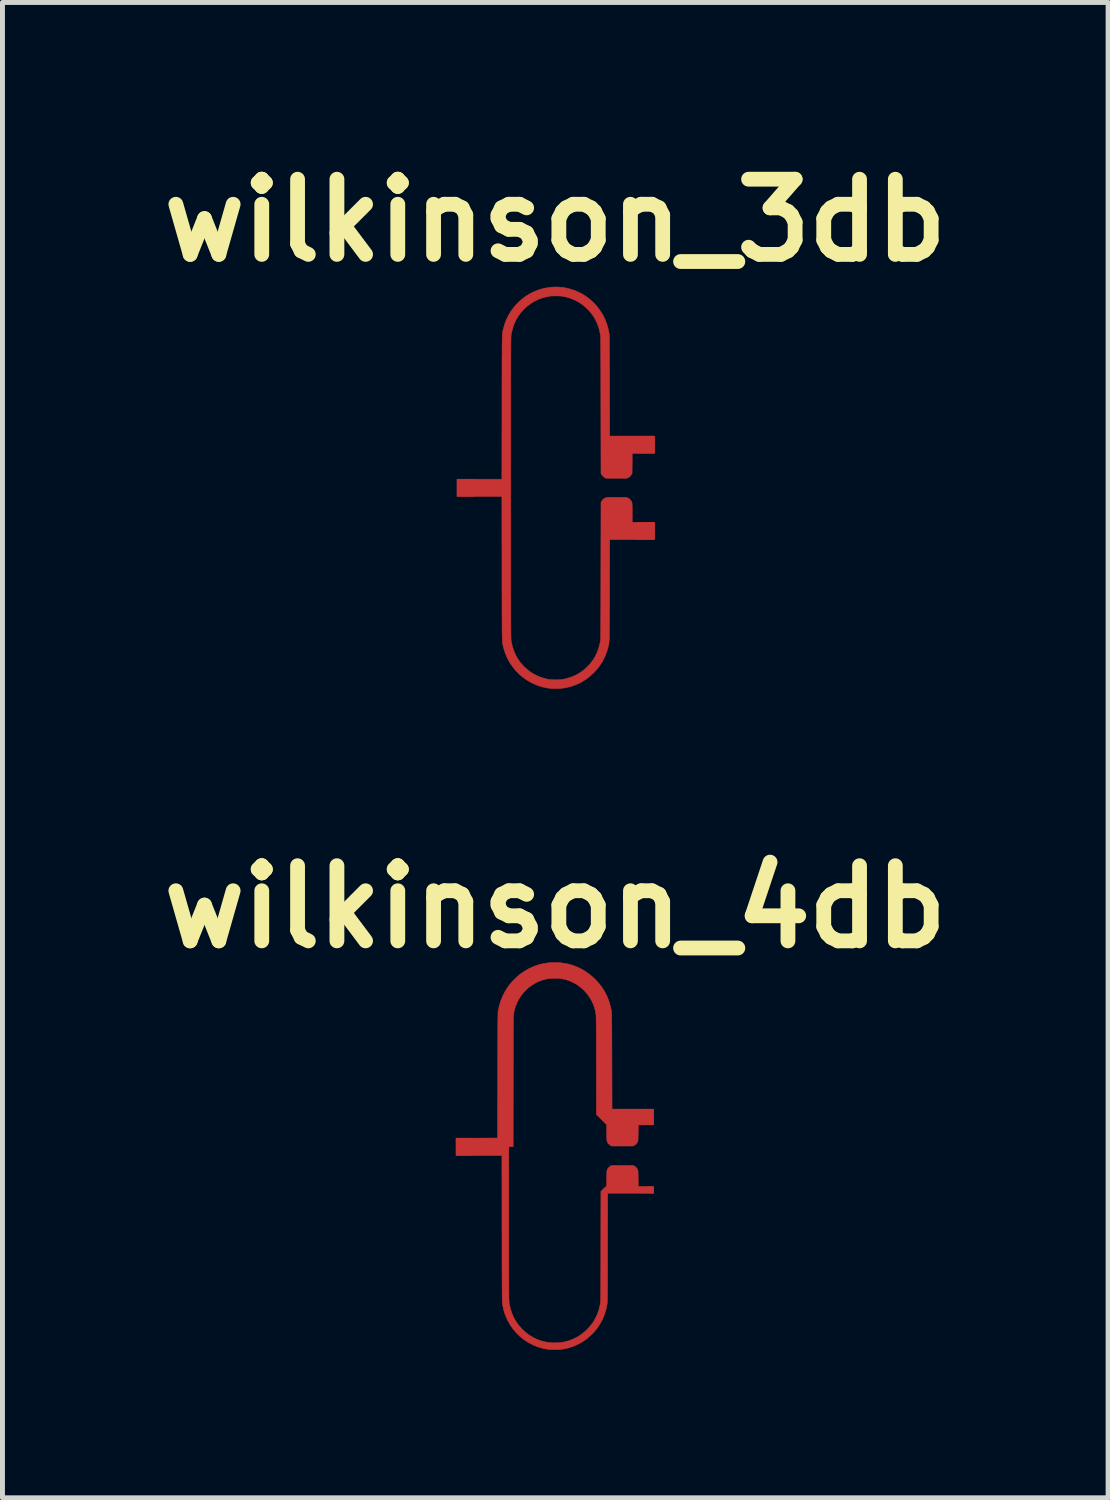
<source format=kicad_pcb>
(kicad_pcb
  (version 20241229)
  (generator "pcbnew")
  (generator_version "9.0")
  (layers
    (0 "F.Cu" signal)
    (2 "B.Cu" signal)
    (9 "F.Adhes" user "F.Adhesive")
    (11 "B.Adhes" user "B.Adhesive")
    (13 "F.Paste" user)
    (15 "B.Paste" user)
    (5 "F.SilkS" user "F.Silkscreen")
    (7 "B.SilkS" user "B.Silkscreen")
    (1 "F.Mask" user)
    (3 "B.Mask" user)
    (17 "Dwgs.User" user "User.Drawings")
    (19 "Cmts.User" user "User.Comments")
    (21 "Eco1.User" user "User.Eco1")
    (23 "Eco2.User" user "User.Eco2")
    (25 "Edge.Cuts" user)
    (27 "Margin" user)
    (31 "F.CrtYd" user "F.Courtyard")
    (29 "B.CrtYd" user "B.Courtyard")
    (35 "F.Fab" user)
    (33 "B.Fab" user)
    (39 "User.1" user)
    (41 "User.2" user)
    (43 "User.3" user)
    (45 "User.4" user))
  (footprint "wilkinson_4db"
    (layer "F.Cu")
    (at 8.198 20.386)
    (property "Reference" "wilkinson_4db" (at 0.01 -5.05 0) (layer "F.SilkS") (effects (font (size 1.524 1.524) (thickness 0.3))))
    (attr through_hole)
    (fp_poly (pts (xy 0.11 -3.918) (xy 0.216 -3.903) (xy 0.32 -3.879) (xy 0.42 -3.845) (xy 0.516 -3.802) (xy 0.608 -3.75) (xy 0.696 -3.689) (xy 0.78 -3.618) (xy 0.818 -3.582) (xy 0.89 -3.504) (xy 0.953 -3.423) (xy 1.007 -3.338) (xy 1.054 -3.248) (xy 1.092 -3.153) (xy 1.124 -3.051) (xy 1.146 -2.951) (xy 1.147 -2.945) (xy 1.148 -2.938) (xy 1.149 -2.931) (xy 1.15 -2.921) (xy 1.151 -2.91) (xy 1.152 -2.896) (xy 1.152 -2.88) (xy 1.153 -2.86) (xy 1.154 -2.837) (xy 1.154 -2.809) (xy 1.154 -2.777) (xy 1.155 -2.74) (xy 1.155 -2.698) (xy 1.156 -2.649) (xy 1.156 -2.594) (xy 1.156 -2.532) (xy 1.157 -2.463) (xy 1.157 -2.387) (xy 1.157 -2.302) (xy 1.157 -2.209) (xy 1.158 -2.106) (xy 1.158 -1.994) (xy 1.158 -1.928) (xy 1.161 -0.95) (xy 2.002 -0.95) (xy 2.002 -0.63) (xy 1.692 -0.63) (xy 1.691 -0.469) (xy 1.69 -0.424) (xy 1.69 -0.388) (xy 1.689 -0.359) (xy 1.688 -0.338) (xy 1.687 -0.321) (xy 1.686 -0.309) (xy 1.684 -0.3) (xy 1.682 -0.292) (xy 1.679 -0.285) (xy 1.678 -0.284) (xy 1.662 -0.257) (xy 1.639 -0.233) (xy 1.613 -0.214) (xy 1.608 -0.211) (xy 1.602 -0.208) (xy 1.596 -0.206) (xy 1.589 -0.205) (xy 1.579 -0.203) (xy 1.565 -0.202) (xy 1.547 -0.202) (xy 1.523 -0.201) (xy 1.492 -0.201) (xy 1.454 -0.201) (xy 1.408 -0.201) (xy 1.369 -0.201) (xy 1.15 -0.201) (xy 1.123 -0.218) (xy 1.106 -0.231) (xy 1.089 -0.246) (xy 1.081 -0.256) (xy 1.073 -0.267) (xy 1.067 -0.279) (xy 1.062 -0.292) (xy 1.058 -0.307) (xy 1.055 -0.325) (xy 1.054 -0.349) (xy 1.052 -0.378) (xy 1.052 -0.415) (xy 1.052 -0.46) (xy 1.052 -0.48) (xy 1.052 -0.633) (xy 0.844 -0.84) (xy 0.842 -1.844) (xy 0.842 -1.964) (xy 0.842 -2.074) (xy 0.841 -2.175) (xy 0.841 -2.267) (xy 0.841 -2.351) (xy 0.841 -2.427) (xy 0.841 -2.495) (xy 0.84 -2.556) (xy 0.84 -2.611) (xy 0.839 -2.66) (xy 0.839 -2.703) (xy 0.838 -2.74) (xy 0.838 -2.774) (xy 0.837 -2.802) (xy 0.836 -2.827) (xy 0.835 -2.848) (xy 0.834 -2.867) (xy 0.832 -2.883) (xy 0.831 -2.897) (xy 0.829 -2.909) (xy 0.827 -2.92) (xy 0.825 -2.93) (xy 0.822 -2.94) (xy 0.82 -2.951) (xy 0.817 -2.961) (xy 0.814 -2.973) (xy 0.813 -2.975) (xy 0.787 -3.059) (xy 0.751 -3.14) (xy 0.706 -3.217) (xy 0.654 -3.289) (xy 0.594 -3.356) (xy 0.527 -3.416) (xy 0.454 -3.47) (xy 0.392 -3.506) (xy 0.314 -3.544) (xy 0.234 -3.572) (xy 0.151 -3.591) (xy 0.064 -3.601) (xy 0 -3.603) (xy -0.091 -3.599) (xy -0.176 -3.586) (xy -0.258 -3.564) (xy -0.338 -3.534) (xy -0.392 -3.506) (xy -0.47 -3.459) (xy -0.542 -3.404) (xy -0.607 -3.342) (xy -0.665 -3.274) (xy -0.716 -3.201) (xy -0.759 -3.123) (xy -0.793 -3.042) (xy -0.813 -2.975) (xy -0.816 -2.965) (xy -0.819 -2.955) (xy -0.821 -2.946) (xy -0.823 -2.937) (xy -0.825 -2.929) (xy -0.827 -2.919) (xy -0.829 -2.909) (xy -0.83 -2.898) (xy -0.832 -2.885) (xy -0.833 -2.87) (xy -0.834 -2.852) (xy -0.835 -2.832) (xy -0.836 -2.808) (xy -0.837 -2.781) (xy -0.838 -2.75) (xy -0.838 -2.715) (xy -0.839 -2.675) (xy -0.839 -2.63) (xy -0.84 -2.579) (xy -0.84 -2.523) (xy -0.84 -2.46) (xy -0.841 -2.391) (xy -0.841 -2.314) (xy -0.841 -2.231) (xy -0.841 -2.139) (xy -0.841 -2.039) (xy -0.841 -1.931) (xy -0.842 -1.814) (xy -0.842 -1.688) (xy -0.842 -1.551) (xy -0.842 -1.518) (xy -0.844 -0.188) (xy -0.932 -0.185) (xy -0.932 1.374) (xy -0.932 1.524) (xy -0.932 1.663) (xy -0.932 1.794) (xy -0.932 1.915) (xy -0.932 2.027) (xy -0.932 2.131) (xy -0.932 2.227) (xy -0.932 2.315) (xy -0.932 2.395) (xy -0.932 2.469) (xy -0.932 2.536) (xy -0.931 2.597) (xy -0.931 2.651) (xy -0.931 2.7) (xy -0.931 2.744) (xy -0.93 2.782) (xy -0.93 2.816) (xy -0.93 2.846) (xy -0.929 2.872) (xy -0.929 2.894) (xy -0.928 2.913) (xy -0.928 2.929) (xy -0.927 2.943) (xy -0.927 2.954) (xy -0.926 2.964) (xy -0.925 2.972) (xy -0.925 2.979) (xy -0.924 2.985) (xy -0.923 2.99) (xy -0.903 3.087) (xy -0.874 3.178) (xy -0.838 3.264) (xy -0.794 3.344) (xy -0.741 3.421) (xy -0.679 3.493) (xy -0.666 3.507) (xy -0.594 3.574) (xy -0.517 3.633) (xy -0.435 3.682) (xy -0.35 3.723) (xy -0.26 3.753) (xy -0.167 3.775) (xy -0.071 3.787) (xy 0 3.789) (xy 0.098 3.785) (xy 0.193 3.77) (xy 0.285 3.746) (xy 0.374 3.712) (xy 0.458 3.67) (xy 0.538 3.618) (xy 0.614 3.557) (xy 0.666 3.507) (xy 0.729 3.436) (xy 0.783 3.362) (xy 0.828 3.284) (xy 0.866 3.201) (xy 0.896 3.113) (xy 0.919 3.017) (xy 0.921 3.005) (xy 0.922 2.998) (xy 0.923 2.992) (xy 0.924 2.985) (xy 0.925 2.977) (xy 0.926 2.968) (xy 0.927 2.957) (xy 0.927 2.944) (xy 0.928 2.929) (xy 0.929 2.91) (xy 0.929 2.888) (xy 0.93 2.862) (xy 0.93 2.833) (xy 0.93 2.798) (xy 0.931 2.758) (xy 0.931 2.713) (xy 0.931 2.662) (xy 0.932 2.605) (xy 0.932 2.541) (xy 0.932 2.47) (xy 0.932 2.392) (xy 0.932 2.305) (xy 0.933 2.21) (xy 0.933 2.106) (xy 0.933 1.993) (xy 0.933 1.871) (xy 0.933 1.834) (xy 0.935 0.719) (xy 0.984 0.669) (xy 1.003 0.651) (xy 1.02 0.636) (xy 1.033 0.625) (xy 1.041 0.62) (xy 1.042 0.62) (xy 1.045 0.619) (xy 1.047 0.616) (xy 1.048 0.611) (xy 1.049 0.601) (xy 1.05 0.586) (xy 1.051 0.565) (xy 1.052 0.536) (xy 1.052 0.5) (xy 1.053 0.458) (xy 1.053 0.413) (xy 1.053 0.377) (xy 1.054 0.349) (xy 1.055 0.327) (xy 1.056 0.311) (xy 1.057 0.299) (xy 1.059 0.289) (xy 1.062 0.282) (xy 1.064 0.275) (xy 1.065 0.274) (xy 1.083 0.245) (xy 1.108 0.22) (xy 1.134 0.202) (xy 1.14 0.199) (xy 1.145 0.197) (xy 1.152 0.195) (xy 1.16 0.194) (xy 1.172 0.192) (xy 1.187 0.192) (xy 1.208 0.191) (xy 1.234 0.191) (xy 1.268 0.191) (xy 1.309 0.191) (xy 1.36 0.191) (xy 1.372 0.191) (xy 1.424 0.191) (xy 1.467 0.191) (xy 1.502 0.191) (xy 1.53 0.191) (xy 1.552 0.192) (xy 1.569 0.192) (xy 1.581 0.193) (xy 1.59 0.195) (xy 1.597 0.196) (xy 1.602 0.199) (xy 1.608 0.201) (xy 1.609 0.202) (xy 1.641 0.225) (xy 1.667 0.254) (xy 1.677 0.272) (xy 1.68 0.28) (xy 1.683 0.287) (xy 1.685 0.295) (xy 1.687 0.305) (xy 1.688 0.319) (xy 1.689 0.337) (xy 1.689 0.361) (xy 1.69 0.393) (xy 1.69 0.432) (xy 1.691 0.458) (xy 1.692 0.62) (xy 2.002 0.62) (xy 2.002 0.757) (xy 1.072 0.757) (xy 1.071 1.855) (xy 1.07 1.98) (xy 1.07 2.096) (xy 1.07 2.202) (xy 1.07 2.299) (xy 1.07 2.387) (xy 1.069 2.468) (xy 1.069 2.541) (xy 1.069 2.606) (xy 1.069 2.665) (xy 1.068 2.717) (xy 1.068 2.764) (xy 1.068 2.804) (xy 1.067 2.84) (xy 1.067 2.871) (xy 1.066 2.897) (xy 1.066 2.92) (xy 1.065 2.939) (xy 1.065 2.955) (xy 1.064 2.969) (xy 1.063 2.98) (xy 1.062 2.989) (xy 1.061 2.997) (xy 1.06 3.004) (xy 1.06 3.007) (xy 1.045 3.086) (xy 1.026 3.158) (xy 1.004 3.225) (xy 0.977 3.29) (xy 0.968 3.31) (xy 0.918 3.402) (xy 0.861 3.489) (xy 0.797 3.569) (xy 0.725 3.641) (xy 0.648 3.707) (xy 0.565 3.765) (xy 0.477 3.815) (xy 0.384 3.856) (xy 0.287 3.889) (xy 0.186 3.912) (xy 0.142 3.919) (xy 0.11 3.922) (xy 0.071 3.925) (xy 0.028 3.926) (xy -0.018 3.926) (xy -0.062 3.925) (xy -0.103 3.923) (xy -0.138 3.92) (xy -0.147 3.919) (xy -0.249 3.899) (xy -0.347 3.87) (xy -0.441 3.832) (xy -0.531 3.785) (xy -0.616 3.73) (xy -0.696 3.668) (xy -0.77 3.597) (xy -0.837 3.52) (xy -0.897 3.437) (xy -0.949 3.347) (xy -0.968 3.31) (xy -0.996 3.245) (xy -1.02 3.18) (xy -1.039 3.11) (xy -1.055 3.035) (xy -1.06 3.007) (xy -1.061 3.002) (xy -1.062 2.995) (xy -1.062 2.988) (xy -1.063 2.979) (xy -1.064 2.968) (xy -1.064 2.956) (xy -1.065 2.941) (xy -1.066 2.922) (xy -1.066 2.901) (xy -1.066 2.876) (xy -1.067 2.848) (xy -1.067 2.815) (xy -1.068 2.777) (xy -1.068 2.735) (xy -1.068 2.687) (xy -1.068 2.634) (xy -1.069 2.574) (xy -1.069 2.508) (xy -1.069 2.436) (xy -1.069 2.356) (xy -1.07 2.269) (xy -1.07 2.174) (xy -1.07 2.071) (xy -1.07 1.959) (xy -1.07 1.839) (xy -1.07 1.709) (xy -1.07 1.57) (xy -1.071 1.472) (xy -1.072 -0.01) (xy -2.002 -0.01) (xy -2.002 -0.361) (xy -1.161 -0.363) (xy -1.158 -1.633) (xy -1.158 -1.768) (xy -1.158 -1.892) (xy -1.157 -2.008) (xy -1.157 -2.114) (xy -1.157 -2.212) (xy -1.157 -2.301) (xy -1.156 -2.382) (xy -1.156 -2.457) (xy -1.156 -2.524) (xy -1.156 -2.584) (xy -1.155 -2.638) (xy -1.155 -2.686) (xy -1.155 -2.728) (xy -1.154 -2.766) (xy -1.154 -2.798) (xy -1.153 -2.827) (xy -1.153 -2.851) (xy -1.152 -2.871) (xy -1.152 -2.889) (xy -1.151 -2.903) (xy -1.151 -2.915) (xy -1.15 -2.925) (xy -1.149 -2.933) (xy -1.148 -2.94) (xy -1.147 -2.946) (xy -1.146 -2.951) (xy -1.123 -3.054) (xy -1.093 -3.15) (xy -1.057 -3.24) (xy -1.013 -3.327) (xy -0.961 -3.411) (xy -0.923 -3.464) (xy -0.9 -3.494) (xy -0.87 -3.527) (xy -0.836 -3.563) (xy -0.801 -3.598) (xy -0.765 -3.632) (xy -0.731 -3.662) (xy -0.702 -3.686) (xy -0.701 -3.687) (xy -0.608 -3.75) (xy -0.514 -3.803) (xy -0.417 -3.846) (xy -0.317 -3.88) (xy -0.214 -3.904) (xy -0.108 -3.918) (xy 0 -3.923) (xy 0.11 -3.918)) (stroke (width 0.01) (type solid)) (fill yes) (layer "F.Cu"))
    (pad "1" smd rect (at -1.83 -0.185) (size 0.352 0.352) (layers "F.Cu" "F.Mask" "F.Paste"))
    (pad "2" smd rect (at 1.845 -0.79) (size 0.321 0.321) (layers "F.Cu" "F.Mask" "F.Paste"))
    (pad "3" smd rect (at 1.935 0.69) (size 0.139 0.139) (layers "F.Cu" "F.Mask" "F.Paste")))
  (footprint "wilkinson_3db"
    (layer "F.Cu")
    (at 8.218 6.838)
    (property "Reference" "wilkinson_3db" (at -0.01 -5.42 0) (layer "F.SilkS") (effects (font (size 1.524 1.524) (thickness 0.3))))
    (attr through_hole)
    (fp_poly (pts (xy 0.066 -4.068) (xy 0.168 -4.057) (xy 0.27 -4.035) (xy 0.342 -4.013) (xy 0.44 -3.976) (xy 0.532 -3.93) (xy 0.619 -3.875) (xy 0.701 -3.811) (xy 0.766 -3.751) (xy 0.838 -3.673) (xy 0.9 -3.591) (xy 0.954 -3.504) (xy 0.999 -3.413) (xy 1.036 -3.316) (xy 1.064 -3.213) (xy 1.081 -3.129) (xy 1.082 -3.122) (xy 1.083 -3.114) (xy 1.084 -3.105) (xy 1.084 -3.093) (xy 1.085 -3.08) (xy 1.086 -3.063) (xy 1.086 -3.043) (xy 1.087 -3.02) (xy 1.087 -2.992) (xy 1.088 -2.96) (xy 1.088 -2.923) (xy 1.089 -2.881) (xy 1.089 -2.833) (xy 1.089 -2.778) (xy 1.09 -2.717) (xy 1.09 -2.649) (xy 1.09 -2.573) (xy 1.09 -2.489) (xy 1.09 -2.397) (xy 1.091 -2.295) (xy 1.091 -2.185) (xy 1.091 -2.065) (xy 1.091 -2.062) (xy 1.093 -1.047) (xy 2.002 -1.047) (xy 2.002 -0.696) (xy 1.55 -0.696) (xy 1.549 -0.494) (xy 1.547 -0.292) (xy 1.532 -0.265) (xy 1.515 -0.239) (xy 1.494 -0.219) (xy 1.466 -0.202) (xy 1.461 -0.199) (xy 1.456 -0.197) (xy 1.449 -0.195) (xy 1.44 -0.194) (xy 1.428 -0.192) (xy 1.412 -0.192) (xy 1.391 -0.191) (xy 1.364 -0.191) (xy 1.329 -0.191) (xy 1.287 -0.191) (xy 1.235 -0.191) (xy 1.019 -0.191) (xy 0.996 -0.202) (xy 0.965 -0.222) (xy 0.941 -0.248) (xy 0.931 -0.264) (xy 0.917 -0.287) (xy 0.914 -1.677) (xy 0.914 -1.817) (xy 0.914 -1.948) (xy 0.913 -2.069) (xy 0.913 -2.182) (xy 0.913 -2.285) (xy 0.913 -2.381) (xy 0.912 -2.468) (xy 0.912 -2.548) (xy 0.912 -2.62) (xy 0.912 -2.686) (xy 0.911 -2.745) (xy 0.911 -2.798) (xy 0.911 -2.846) (xy 0.91 -2.888) (xy 0.91 -2.925) (xy 0.91 -2.957) (xy 0.909 -2.986) (xy 0.909 -3.01) (xy 0.908 -3.031) (xy 0.908 -3.048) (xy 0.907 -3.063) (xy 0.906 -3.076) (xy 0.906 -3.086) (xy 0.905 -3.095) (xy 0.904 -3.102) (xy 0.903 -3.109) (xy 0.902 -3.115) (xy 0.901 -3.121) (xy 0.901 -3.122) (xy 0.878 -3.22) (xy 0.848 -3.312) (xy 0.809 -3.397) (xy 0.762 -3.477) (xy 0.707 -3.552) (xy 0.643 -3.622) (xy 0.632 -3.633) (xy 0.558 -3.698) (xy 0.48 -3.753) (xy 0.397 -3.799) (xy 0.309 -3.836) (xy 0.217 -3.865) (xy 0.13 -3.883) (xy 0.105 -3.885) (xy 0.072 -3.887) (xy 0.035 -3.888) (xy -0.005 -3.889) (xy -0.044 -3.888) (xy -0.08 -3.887) (xy -0.111 -3.885) (xy -0.13 -3.883) (xy -0.226 -3.862) (xy -0.318 -3.833) (xy -0.405 -3.795) (xy -0.487 -3.748) (xy -0.565 -3.692) (xy -0.632 -3.633) (xy -0.697 -3.564) (xy -0.754 -3.49) (xy -0.802 -3.411) (xy -0.842 -3.326) (xy -0.873 -3.236) (xy -0.897 -3.139) (xy -0.903 -3.11) (xy -0.903 -3.106) (xy -0.904 -3.101) (xy -0.905 -3.096) (xy -0.905 -3.09) (xy -0.906 -3.082) (xy -0.906 -3.073) (xy -0.907 -3.063) (xy -0.907 -3.05) (xy -0.908 -3.035) (xy -0.908 -3.018) (xy -0.908 -2.998) (xy -0.909 -2.975) (xy -0.909 -2.949) (xy -0.909 -2.92) (xy -0.91 -2.887) (xy -0.91 -2.85) (xy -0.91 -2.809) (xy -0.91 -2.763) (xy -0.91 -2.713) (xy -0.911 -2.658) (xy -0.911 -2.597) (xy -0.911 -2.532) (xy -0.911 -2.461) (xy -0.911 -2.384) (xy -0.911 -2.3) (xy -0.912 -2.211) (xy -0.912 -2.115) (xy -0.912 -2.012) (xy -0.912 -1.902) (xy -0.912 -1.785) (xy -0.912 -1.66) (xy -0.912 -1.527) (xy -0.912 -1.387) (xy -0.912 -1.238) (xy -0.912 -1.08) (xy -0.912 -0.914) (xy -0.912 -0.739) (xy -0.912 -0.555) (xy -0.912 -0.361) (xy -0.912 -0.157) (xy -0.912 0.214) (xy -0.912 0.415) (xy -0.912 0.606) (xy -0.912 0.789) (xy -0.912 0.962) (xy -0.912 1.126) (xy -0.912 1.281) (xy -0.912 1.428) (xy -0.912 1.566) (xy -0.912 1.697) (xy -0.912 1.82) (xy -0.912 1.935) (xy -0.912 2.043) (xy -0.912 2.145) (xy -0.911 2.239) (xy -0.911 2.327) (xy -0.911 2.408) (xy -0.911 2.484) (xy -0.911 2.554) (xy -0.911 2.618) (xy -0.911 2.677) (xy -0.91 2.731) (xy -0.91 2.78) (xy -0.91 2.824) (xy -0.91 2.864) (xy -0.909 2.9) (xy -0.909 2.933) (xy -0.909 2.961) (xy -0.909 2.986) (xy -0.908 3.009) (xy -0.908 3.028) (xy -0.907 3.044) (xy -0.907 3.059) (xy -0.907 3.071) (xy -0.906 3.081) (xy -0.906 3.089) (xy -0.905 3.097) (xy -0.904 3.102) (xy -0.904 3.107) (xy -0.903 3.112) (xy -0.903 3.115) (xy -0.881 3.213) (xy -0.852 3.305) (xy -0.814 3.392) (xy -0.769 3.472) (xy -0.715 3.548) (xy -0.652 3.618) (xy -0.632 3.638) (xy -0.558 3.703) (xy -0.481 3.758) (xy -0.399 3.803) (xy -0.312 3.84) (xy -0.221 3.868) (xy -0.219 3.869) (xy -0.178 3.879) (xy -0.14 3.886) (xy -0.103 3.89) (xy -0.064 3.893) (xy -0.019 3.894) (xy 0 3.894) (xy 0.048 3.894) (xy 0.089 3.891) (xy 0.126 3.888) (xy 0.163 3.881) (xy 0.203 3.873) (xy 0.219 3.869) (xy 0.311 3.841) (xy 0.397 3.804) (xy 0.479 3.759) (xy 0.557 3.704) (xy 0.631 3.639) (xy 0.632 3.638) (xy 0.697 3.569) (xy 0.754 3.495) (xy 0.802 3.416) (xy 0.842 3.331) (xy 0.874 3.24) (xy 0.898 3.143) (xy 0.901 3.127) (xy 0.902 3.122) (xy 0.903 3.116) (xy 0.904 3.109) (xy 0.905 3.102) (xy 0.905 3.094) (xy 0.906 3.084) (xy 0.907 3.072) (xy 0.907 3.058) (xy 0.908 3.041) (xy 0.909 3.021) (xy 0.909 2.998) (xy 0.909 2.971) (xy 0.91 2.94) (xy 0.91 2.904) (xy 0.911 2.864) (xy 0.911 2.818) (xy 0.911 2.766) (xy 0.912 2.709) (xy 0.912 2.645) (xy 0.912 2.574) (xy 0.912 2.497) (xy 0.913 2.412) (xy 0.913 2.319) (xy 0.913 2.217) (xy 0.913 2.108) (xy 0.914 1.989) (xy 0.914 1.861) (xy 0.914 1.723) (xy 0.914 1.684) (xy 0.917 0.297) (xy 0.933 0.269) (xy 0.955 0.239) (xy 0.985 0.216) (xy 1.02 0.202) (xy 1.036 0.198) (xy 1.054 0.196) (xy 1.082 0.195) (xy 1.12 0.194) (xy 1.168 0.194) (xy 1.226 0.194) (xy 1.253 0.194) (xy 1.435 0.196) (xy 1.463 0.209) (xy 1.496 0.229) (xy 1.521 0.256) (xy 1.539 0.287) (xy 1.54 0.288) (xy 1.542 0.296) (xy 1.544 0.304) (xy 1.546 0.313) (xy 1.547 0.326) (xy 1.548 0.341) (xy 1.549 0.362) (xy 1.549 0.389) (xy 1.55 0.423) (xy 1.55 0.464) (xy 1.55 0.508) (xy 1.55 0.701) (xy 2.002 0.701) (xy 2.002 1.052) (xy 1.093 1.052) (xy 1.091 2.067) (xy 1.091 2.188) (xy 1.091 2.299) (xy 1.09 2.401) (xy 1.09 2.495) (xy 1.09 2.58) (xy 1.09 2.657) (xy 1.09 2.726) (xy 1.089 2.789) (xy 1.089 2.845) (xy 1.089 2.895) (xy 1.088 2.939) (xy 1.087 2.978) (xy 1.087 3.013) (xy 1.086 3.043) (xy 1.085 3.069) (xy 1.084 3.091) (xy 1.082 3.111) (xy 1.081 3.128) (xy 1.079 3.143) (xy 1.078 3.157) (xy 1.076 3.169) (xy 1.073 3.181) (xy 1.071 3.192) (xy 1.068 3.204) (xy 1.065 3.216) (xy 1.062 3.229) (xy 1.061 3.233) (xy 1.033 3.33) (xy 0.996 3.425) (xy 0.95 3.515) (xy 0.896 3.601) (xy 0.834 3.682) (xy 0.764 3.757) (xy 0.688 3.826) (xy 0.606 3.888) (xy 0.518 3.942) (xy 0.483 3.961) (xy 0.392 4.001) (xy 0.296 4.033) (xy 0.197 4.056) (xy 0.096 4.07) (xy -0.004 4.075) (xy -0.104 4.07) (xy -0.109 4.069) (xy -0.21 4.054) (xy -0.309 4.029) (xy -0.404 3.995) (xy -0.495 3.953) (xy -0.582 3.903) (xy -0.664 3.845) (xy -0.74 3.781) (xy -0.81 3.71) (xy -0.874 3.632) (xy -0.93 3.55) (xy -0.979 3.462) (xy -1.02 3.369) (xy -1.051 3.272) (xy -1.061 3.233) (xy -1.064 3.222) (xy -1.067 3.211) (xy -1.069 3.201) (xy -1.071 3.192) (xy -1.073 3.183) (xy -1.075 3.173) (xy -1.077 3.162) (xy -1.079 3.15) (xy -1.08 3.137) (xy -1.081 3.122) (xy -1.083 3.105) (xy -1.084 3.085) (xy -1.085 3.062) (xy -1.085 3.036) (xy -1.086 3.006) (xy -1.087 2.972) (xy -1.088 2.934) (xy -1.088 2.891) (xy -1.088 2.842) (xy -1.089 2.789) (xy -1.089 2.729) (xy -1.089 2.663) (xy -1.09 2.59) (xy -1.09 2.511) (xy -1.09 2.424) (xy -1.09 2.329) (xy -1.09 2.226) (xy -1.091 2.115) (xy -1.091 1.995) (xy -1.091 1.866) (xy -1.091 1.727) (xy -1.091 1.63) (xy -1.093 0.178) (xy -2.002 0.178) (xy -2.002 -0.173) (xy -1.093 -0.173) (xy -1.091 -1.625) (xy -1.091 -1.77) (xy -1.091 -1.905) (xy -1.091 -2.032) (xy -1.091 -2.149) (xy -1.09 -2.257) (xy -1.09 -2.357) (xy -1.09 -2.449) (xy -1.09 -2.533) (xy -1.09 -2.61) (xy -1.089 -2.681) (xy -1.089 -2.745) (xy -1.089 -2.802) (xy -1.088 -2.854) (xy -1.088 -2.901) (xy -1.087 -2.942) (xy -1.087 -2.979) (xy -1.086 -3.012) (xy -1.085 -3.04) (xy -1.084 -3.065) (xy -1.083 -3.087) (xy -1.082 -3.106) (xy -1.081 -3.122) (xy -1.08 -3.137) (xy -1.078 -3.149) (xy -1.076 -3.161) (xy -1.075 -3.171) (xy -1.073 -3.181) (xy -1.071 -3.19) (xy -1.068 -3.2) (xy -1.066 -3.209) (xy -1.063 -3.22) (xy -1.061 -3.228) (xy -1.033 -3.326) (xy -0.996 -3.421) (xy -0.95 -3.511) (xy -0.896 -3.597) (xy -0.834 -3.677) (xy -0.766 -3.752) (xy -0.69 -3.82) (xy -0.609 -3.881) (xy -0.522 -3.934) (xy -0.431 -3.979) (xy -0.342 -4.013) (xy -0.24 -4.042) (xy -0.138 -4.061) (xy -0.036 -4.07) (xy 0.066 -4.068)) (stroke (width 0.01) (type solid)) (fill yes) (layer "F.Cu"))
    (pad "1" smd rect (at -1.83 0.003) (size 0.352 0.352) (layers "F.Cu" "F.Mask" "F.Paste"))
    (pad "2" smd rect (at 1.83 -0.873) (size 0.352 0.352) (layers "F.Cu" "F.Mask" "F.Paste"))
    (pad "3" smd rect (at 1.83 0.875) (size 0.352 0.352) (layers "F.Cu" "F.Mask" "F.Paste")))
  (gr_rect
    (start -3 -3)
    (end 19.416 27.317)
    (stroke (width 0.1) (type default))
    (fill no)
    (layer "Edge.Cuts")))
</source>
